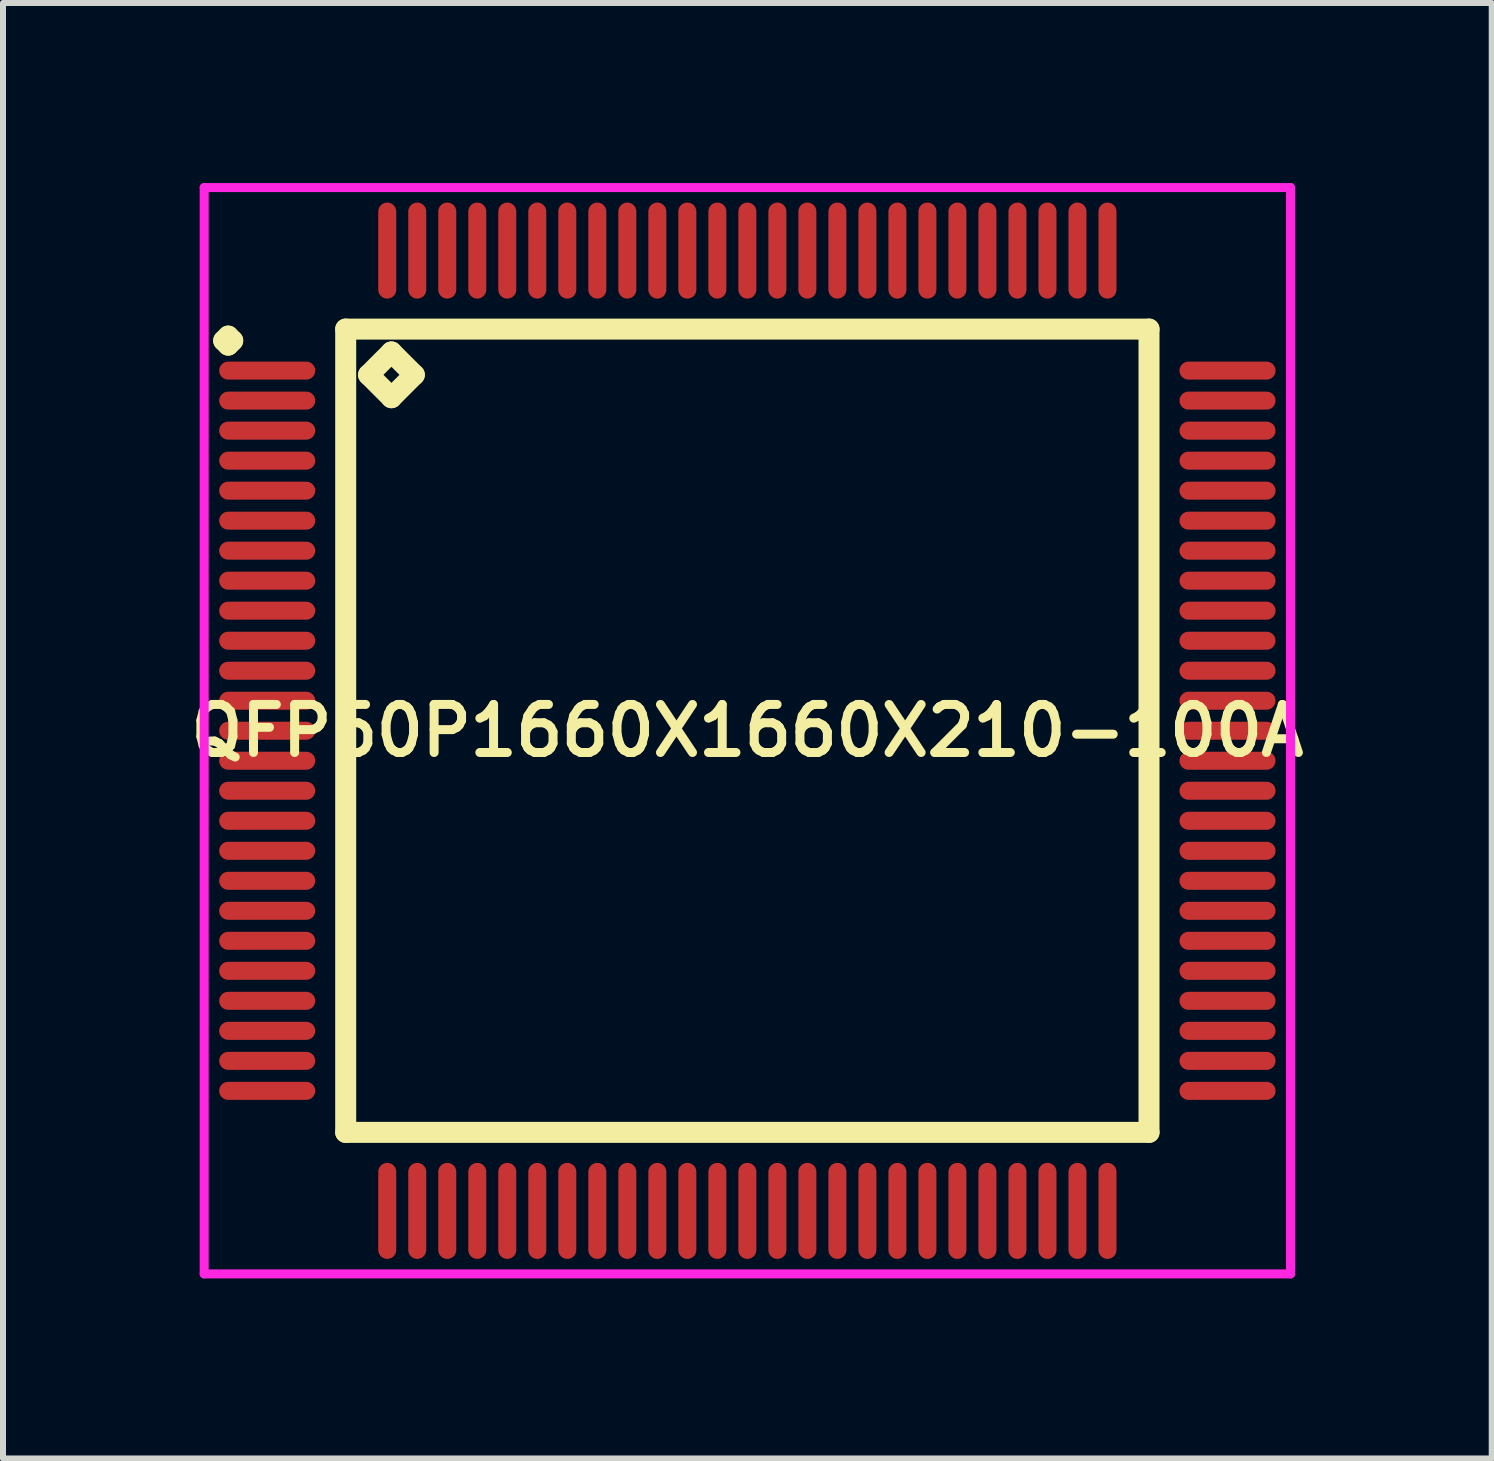
<source format=kicad_pcb>
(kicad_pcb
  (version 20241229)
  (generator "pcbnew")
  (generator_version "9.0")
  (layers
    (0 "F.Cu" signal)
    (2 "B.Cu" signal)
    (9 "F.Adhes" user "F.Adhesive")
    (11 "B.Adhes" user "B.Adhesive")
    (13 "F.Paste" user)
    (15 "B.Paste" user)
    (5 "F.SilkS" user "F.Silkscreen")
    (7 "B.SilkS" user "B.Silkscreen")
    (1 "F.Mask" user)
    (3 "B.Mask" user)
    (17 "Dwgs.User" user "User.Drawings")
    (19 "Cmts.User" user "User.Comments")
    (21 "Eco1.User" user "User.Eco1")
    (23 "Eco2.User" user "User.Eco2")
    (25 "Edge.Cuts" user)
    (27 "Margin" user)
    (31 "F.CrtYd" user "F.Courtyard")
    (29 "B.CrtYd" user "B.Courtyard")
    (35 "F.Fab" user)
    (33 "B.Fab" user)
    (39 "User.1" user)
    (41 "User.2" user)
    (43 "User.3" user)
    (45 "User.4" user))
  (footprint "QFP50P1660X1660X210-100A"
    (layer "F.Cu")
    (at 9.402 9.125)
    (property "Reference" "QFP50P1660X1660X210-100A" (at 0 0 0) (layer "F.SilkS") (effects (font (size 0.8 0.8) (thickness 0.15))))
    (attr smd)
    (fp_line (start -8.725 -6.5) (end -8.65 -6.575) (stroke (width 0.35) (type solid)) (layer "F.SilkS"))
    (fp_line (start -8.65 -6.575) (end -8.575 -6.5) (stroke (width 0.35) (type solid)) (layer "F.SilkS"))
    (fp_line (start -8.65 -6.425) (end -8.725 -6.5) (stroke (width 0.35) (type solid)) (layer "F.SilkS"))
    (fp_line (start -8.575 -6.5) (end -8.65 -6.425) (stroke (width 0.35) (type solid)) (layer "F.SilkS"))
    (fp_line (start -6.692 -6.692) (end -6.692 6.692) (stroke (width 0.35) (type solid)) (layer "F.SilkS"))
    (fp_line (start -6.692 6.692) (end 6.692 6.692) (stroke (width 0.35) (type solid)) (layer "F.SilkS"))
    (fp_line (start -6.311 -5.93) (end -5.93 -6.311) (stroke (width 0.35) (type solid)) (layer "F.SilkS"))
    (fp_line (start -5.93 -6.311) (end -5.549 -5.93) (stroke (width 0.35) (type solid)) (layer "F.SilkS"))
    (fp_line (start -5.93 -5.549) (end -6.311 -5.93) (stroke (width 0.35) (type solid)) (layer "F.SilkS"))
    (fp_line (start -5.549 -5.93) (end -5.93 -5.549) (stroke (width 0.35) (type solid)) (layer "F.SilkS"))
    (fp_line (start 6.692 -6.692) (end -6.692 -6.692) (stroke (width 0.35) (type solid)) (layer "F.SilkS"))
    (fp_line (start 6.692 6.692) (end 6.692 -6.692) (stroke (width 0.35) (type solid)) (layer "F.SilkS"))
    (fp_line (start -9.05 -9.05) (end 9.05 -9.05) (stroke (width 0.15) (type solid)) (layer "F.CrtYd"))
    (fp_line (start -9.05 9.05) (end -9.05 -9.05) (stroke (width 0.15) (type solid)) (layer "F.CrtYd"))
    (fp_line (start 9.05 -9.05) (end 9.05 9.05) (stroke (width 0.15) (type solid)) (layer "F.CrtYd"))
    (fp_line (start 9.05 9.05) (end -9.05 9.05) (stroke (width 0.15) (type solid)) (layer "F.CrtYd"))
    (pad "1" smd oval (at -8 -6) (size 1.6 0.3) (layers "F.Cu" "F.Mask" "F.Paste"))
    (pad "2" smd oval (at -8 -5.5) (size 1.6 0.3) (layers "F.Cu" "F.Mask" "F.Paste"))
    (pad "3" smd oval (at -8 -5) (size 1.6 0.3) (layers "F.Cu" "F.Mask" "F.Paste"))
    (pad "4" smd oval (at -8 -4.5) (size 1.6 0.3) (layers "F.Cu" "F.Mask" "F.Paste"))
    (pad "5" smd oval (at -8 -4) (size 1.6 0.3) (layers "F.Cu" "F.Mask" "F.Paste"))
    (pad "6" smd oval (at -8 -3.5) (size 1.6 0.3) (layers "F.Cu" "F.Mask" "F.Paste"))
    (pad "7" smd oval (at -8 -3) (size 1.6 0.3) (layers "F.Cu" "F.Mask" "F.Paste"))
    (pad "8" smd oval (at -8 -2.5) (size 1.6 0.3) (layers "F.Cu" "F.Mask" "F.Paste"))
    (pad "9" smd oval (at -8 -2) (size 1.6 0.3) (layers "F.Cu" "F.Mask" "F.Paste"))
    (pad "10" smd oval (at -8 -1.5) (size 1.6 0.3) (layers "F.Cu" "F.Mask" "F.Paste"))
    (pad "11" smd oval (at -8 -1) (size 1.6 0.3) (layers "F.Cu" "F.Mask" "F.Paste"))
    (pad "12" smd oval (at -8 -0.5) (size 1.6 0.3) (layers "F.Cu" "F.Mask" "F.Paste"))
    (pad "13" smd oval (at -8 0) (size 1.6 0.3) (layers "F.Cu" "F.Mask" "F.Paste"))
    (pad "14" smd oval (at -8 0.5) (size 1.6 0.3) (layers "F.Cu" "F.Mask" "F.Paste"))
    (pad "15" smd oval (at -8 1) (size 1.6 0.3) (layers "F.Cu" "F.Mask" "F.Paste"))
    (pad "16" smd oval (at -8 1.5) (size 1.6 0.3) (layers "F.Cu" "F.Mask" "F.Paste"))
    (pad "17" smd oval (at -8 2) (size 1.6 0.3) (layers "F.Cu" "F.Mask" "F.Paste"))
    (pad "18" smd oval (at -8 2.5) (size 1.6 0.3) (layers "F.Cu" "F.Mask" "F.Paste"))
    (pad "19" smd oval (at -8 3) (size 1.6 0.3) (layers "F.Cu" "F.Mask" "F.Paste"))
    (pad "20" smd oval (at -8 3.5) (size 1.6 0.3) (layers "F.Cu" "F.Mask" "F.Paste"))
    (pad "21" smd oval (at -8 4) (size 1.6 0.3) (layers "F.Cu" "F.Mask" "F.Paste"))
    (pad "22" smd oval (at -8 4.5) (size 1.6 0.3) (layers "F.Cu" "F.Mask" "F.Paste"))
    (pad "23" smd oval (at -8 5) (size 1.6 0.3) (layers "F.Cu" "F.Mask" "F.Paste"))
    (pad "24" smd oval (at -8 5.5) (size 1.6 0.3) (layers "F.Cu" "F.Mask" "F.Paste"))
    (pad "25" smd oval (at -8 6) (size 1.6 0.3) (layers "F.Cu" "F.Mask" "F.Paste"))
    (pad "26" smd oval (at -6 8) (size 0.3 1.6) (layers "F.Cu" "F.Mask" "F.Paste"))
    (pad "27" smd oval (at -5.5 8) (size 0.3 1.6) (layers "F.Cu" "F.Mask" "F.Paste"))
    (pad "28" smd oval (at -5 8) (size 0.3 1.6) (layers "F.Cu" "F.Mask" "F.Paste"))
    (pad "29" smd oval (at -4.5 8) (size 0.3 1.6) (layers "F.Cu" "F.Mask" "F.Paste"))
    (pad "30" smd oval (at -4 8) (size 0.3 1.6) (layers "F.Cu" "F.Mask" "F.Paste"))
    (pad "31" smd oval (at -3.5 8) (size 0.3 1.6) (layers "F.Cu" "F.Mask" "F.Paste"))
    (pad "32" smd oval (at -3 8) (size 0.3 1.6) (layers "F.Cu" "F.Mask" "F.Paste"))
    (pad "33" smd oval (at -2.5 8) (size 0.3 1.6) (layers "F.Cu" "F.Mask" "F.Paste"))
    (pad "34" smd oval (at -2 8) (size 0.3 1.6) (layers "F.Cu" "F.Mask" "F.Paste"))
    (pad "35" smd oval (at -1.5 8) (size 0.3 1.6) (layers "F.Cu" "F.Mask" "F.Paste"))
    (pad "36" smd oval (at -1 8) (size 0.3 1.6) (layers "F.Cu" "F.Mask" "F.Paste"))
    (pad "37" smd oval (at -0.5 8) (size 0.3 1.6) (layers "F.Cu" "F.Mask" "F.Paste"))
    (pad "38" smd oval (at 0 8) (size 0.3 1.6) (layers "F.Cu" "F.Mask" "F.Paste"))
    (pad "39" smd oval (at 0.5 8) (size 0.3 1.6) (layers "F.Cu" "F.Mask" "F.Paste"))
    (pad "40" smd oval (at 1 8) (size 0.3 1.6) (layers "F.Cu" "F.Mask" "F.Paste"))
    (pad "41" smd oval (at 1.5 8) (size 0.3 1.6) (layers "F.Cu" "F.Mask" "F.Paste"))
    (pad "42" smd oval (at 2 8) (size 0.3 1.6) (layers "F.Cu" "F.Mask" "F.Paste"))
    (pad "43" smd oval (at 2.5 8) (size 0.3 1.6) (layers "F.Cu" "F.Mask" "F.Paste"))
    (pad "44" smd oval (at 3 8) (size 0.3 1.6) (layers "F.Cu" "F.Mask" "F.Paste"))
    (pad "45" smd oval (at 3.5 8) (size 0.3 1.6) (layers "F.Cu" "F.Mask" "F.Paste"))
    (pad "46" smd oval (at 4 8) (size 0.3 1.6) (layers "F.Cu" "F.Mask" "F.Paste"))
    (pad "47" smd oval (at 4.5 8) (size 0.3 1.6) (layers "F.Cu" "F.Mask" "F.Paste"))
    (pad "48" smd oval (at 5 8) (size 0.3 1.6) (layers "F.Cu" "F.Mask" "F.Paste"))
    (pad "49" smd oval (at 5.5 8) (size 0.3 1.6) (layers "F.Cu" "F.Mask" "F.Paste"))
    (pad "50" smd oval (at 6 8) (size 0.3 1.6) (layers "F.Cu" "F.Mask" "F.Paste"))
    (pad "51" smd oval (at 8 6) (size 1.6 0.3) (layers "F.Cu" "F.Mask" "F.Paste"))
    (pad "52" smd oval (at 8 5.5) (size 1.6 0.3) (layers "F.Cu" "F.Mask" "F.Paste"))
    (pad "53" smd oval (at 8 5) (size 1.6 0.3) (layers "F.Cu" "F.Mask" "F.Paste"))
    (pad "54" smd oval (at 8 4.5) (size 1.6 0.3) (layers "F.Cu" "F.Mask" "F.Paste"))
    (pad "55" smd oval (at 8 4) (size 1.6 0.3) (layers "F.Cu" "F.Mask" "F.Paste"))
    (pad "56" smd oval (at 8 3.5) (size 1.6 0.3) (layers "F.Cu" "F.Mask" "F.Paste"))
    (pad "57" smd oval (at 8 3) (size 1.6 0.3) (layers "F.Cu" "F.Mask" "F.Paste"))
    (pad "58" smd oval (at 8 2.5) (size 1.6 0.3) (layers "F.Cu" "F.Mask" "F.Paste"))
    (pad "59" smd oval (at 8 2) (size 1.6 0.3) (layers "F.Cu" "F.Mask" "F.Paste"))
    (pad "60" smd oval (at 8 1.5) (size 1.6 0.3) (layers "F.Cu" "F.Mask" "F.Paste"))
    (pad "61" smd oval (at 8 1) (size 1.6 0.3) (layers "F.Cu" "F.Mask" "F.Paste"))
    (pad "62" smd oval (at 8 0.5) (size 1.6 0.3) (layers "F.Cu" "F.Mask" "F.Paste"))
    (pad "63" smd oval (at 8 0) (size 1.6 0.3) (layers "F.Cu" "F.Mask" "F.Paste"))
    (pad "64" smd oval (at 8 -0.5) (size 1.6 0.3) (layers "F.Cu" "F.Mask" "F.Paste"))
    (pad "65" smd oval (at 8 -1) (size 1.6 0.3) (layers "F.Cu" "F.Mask" "F.Paste"))
    (pad "66" smd oval (at 8 -1.5) (size 1.6 0.3) (layers "F.Cu" "F.Mask" "F.Paste"))
    (pad "67" smd oval (at 8 -2) (size 1.6 0.3) (layers "F.Cu" "F.Mask" "F.Paste"))
    (pad "68" smd oval (at 8 -2.5) (size 1.6 0.3) (layers "F.Cu" "F.Mask" "F.Paste"))
    (pad "69" smd oval (at 8 -3) (size 1.6 0.3) (layers "F.Cu" "F.Mask" "F.Paste"))
    (pad "70" smd oval (at 8 -3.5) (size 1.6 0.3) (layers "F.Cu" "F.Mask" "F.Paste"))
    (pad "71" smd oval (at 8 -4) (size 1.6 0.3) (layers "F.Cu" "F.Mask" "F.Paste"))
    (pad "72" smd oval (at 8 -4.5) (size 1.6 0.3) (layers "F.Cu" "F.Mask" "F.Paste"))
    (pad "73" smd oval (at 8 -5) (size 1.6 0.3) (layers "F.Cu" "F.Mask" "F.Paste"))
    (pad "74" smd oval (at 8 -5.5) (size 1.6 0.3) (layers "F.Cu" "F.Mask" "F.Paste"))
    (pad "75" smd oval (at 8 -6) (size 1.6 0.3) (layers "F.Cu" "F.Mask" "F.Paste"))
    (pad "76" smd oval (at 6 -8) (size 0.3 1.6) (layers "F.Cu" "F.Mask" "F.Paste"))
    (pad "77" smd oval (at 5.5 -8) (size 0.3 1.6) (layers "F.Cu" "F.Mask" "F.Paste"))
    (pad "78" smd oval (at 5 -8) (size 0.3 1.6) (layers "F.Cu" "F.Mask" "F.Paste"))
    (pad "79" smd oval (at 4.5 -8) (size 0.3 1.6) (layers "F.Cu" "F.Mask" "F.Paste"))
    (pad "80" smd oval (at 4 -8) (size 0.3 1.6) (layers "F.Cu" "F.Mask" "F.Paste"))
    (pad "81" smd oval (at 3.5 -8) (size 0.3 1.6) (layers "F.Cu" "F.Mask" "F.Paste"))
    (pad "82" smd oval (at 3 -8) (size 0.3 1.6) (layers "F.Cu" "F.Mask" "F.Paste"))
    (pad "83" smd oval (at 2.5 -8) (size 0.3 1.6) (layers "F.Cu" "F.Mask" "F.Paste"))
    (pad "84" smd oval (at 2 -8) (size 0.3 1.6) (layers "F.Cu" "F.Mask" "F.Paste"))
    (pad "85" smd oval (at 1.5 -8) (size 0.3 1.6) (layers "F.Cu" "F.Mask" "F.Paste"))
    (pad "86" smd oval (at 1 -8) (size 0.3 1.6) (layers "F.Cu" "F.Mask" "F.Paste"))
    (pad "87" smd oval (at 0.5 -8) (size 0.3 1.6) (layers "F.Cu" "F.Mask" "F.Paste"))
    (pad "88" smd oval (at 0 -8) (size 0.3 1.6) (layers "F.Cu" "F.Mask" "F.Paste"))
    (pad "89" smd oval (at -0.5 -8) (size 0.3 1.6) (layers "F.Cu" "F.Mask" "F.Paste"))
    (pad "90" smd oval (at -1 -8) (size 0.3 1.6) (layers "F.Cu" "F.Mask" "F.Paste"))
    (pad "91" smd oval (at -1.5 -8) (size 0.3 1.6) (layers "F.Cu" "F.Mask" "F.Paste"))
    (pad "92" smd oval (at -2 -8) (size 0.3 1.6) (layers "F.Cu" "F.Mask" "F.Paste"))
    (pad "93" smd oval (at -2.5 -8) (size 0.3 1.6) (layers "F.Cu" "F.Mask" "F.Paste"))
    (pad "94" smd oval (at -3 -8) (size 0.3 1.6) (layers "F.Cu" "F.Mask" "F.Paste"))
    (pad "95" smd oval (at -3.5 -8) (size 0.3 1.6) (layers "F.Cu" "F.Mask" "F.Paste"))
    (pad "96" smd oval (at -4 -8) (size 0.3 1.6) (layers "F.Cu" "F.Mask" "F.Paste"))
    (pad "97" smd oval (at -4.5 -8) (size 0.3 1.6) (layers "F.Cu" "F.Mask" "F.Paste"))
    (pad "98" smd oval (at -5 -8) (size 0.3 1.6) (layers "F.Cu" "F.Mask" "F.Paste"))
    (pad "99" smd oval (at -5.5 -8) (size 0.3 1.6) (layers "F.Cu" "F.Mask" "F.Paste"))
    (pad "100" smd oval (at -6 -8) (size 0.3 1.6) (layers "F.Cu" "F.Mask" "F.Paste")))
  (gr_rect
    (start -3 -3)
    (end 21.804 21.25)
    (stroke (width 0.1) (type default))
    (fill no)
    (layer "Edge.Cuts")))
</source>
